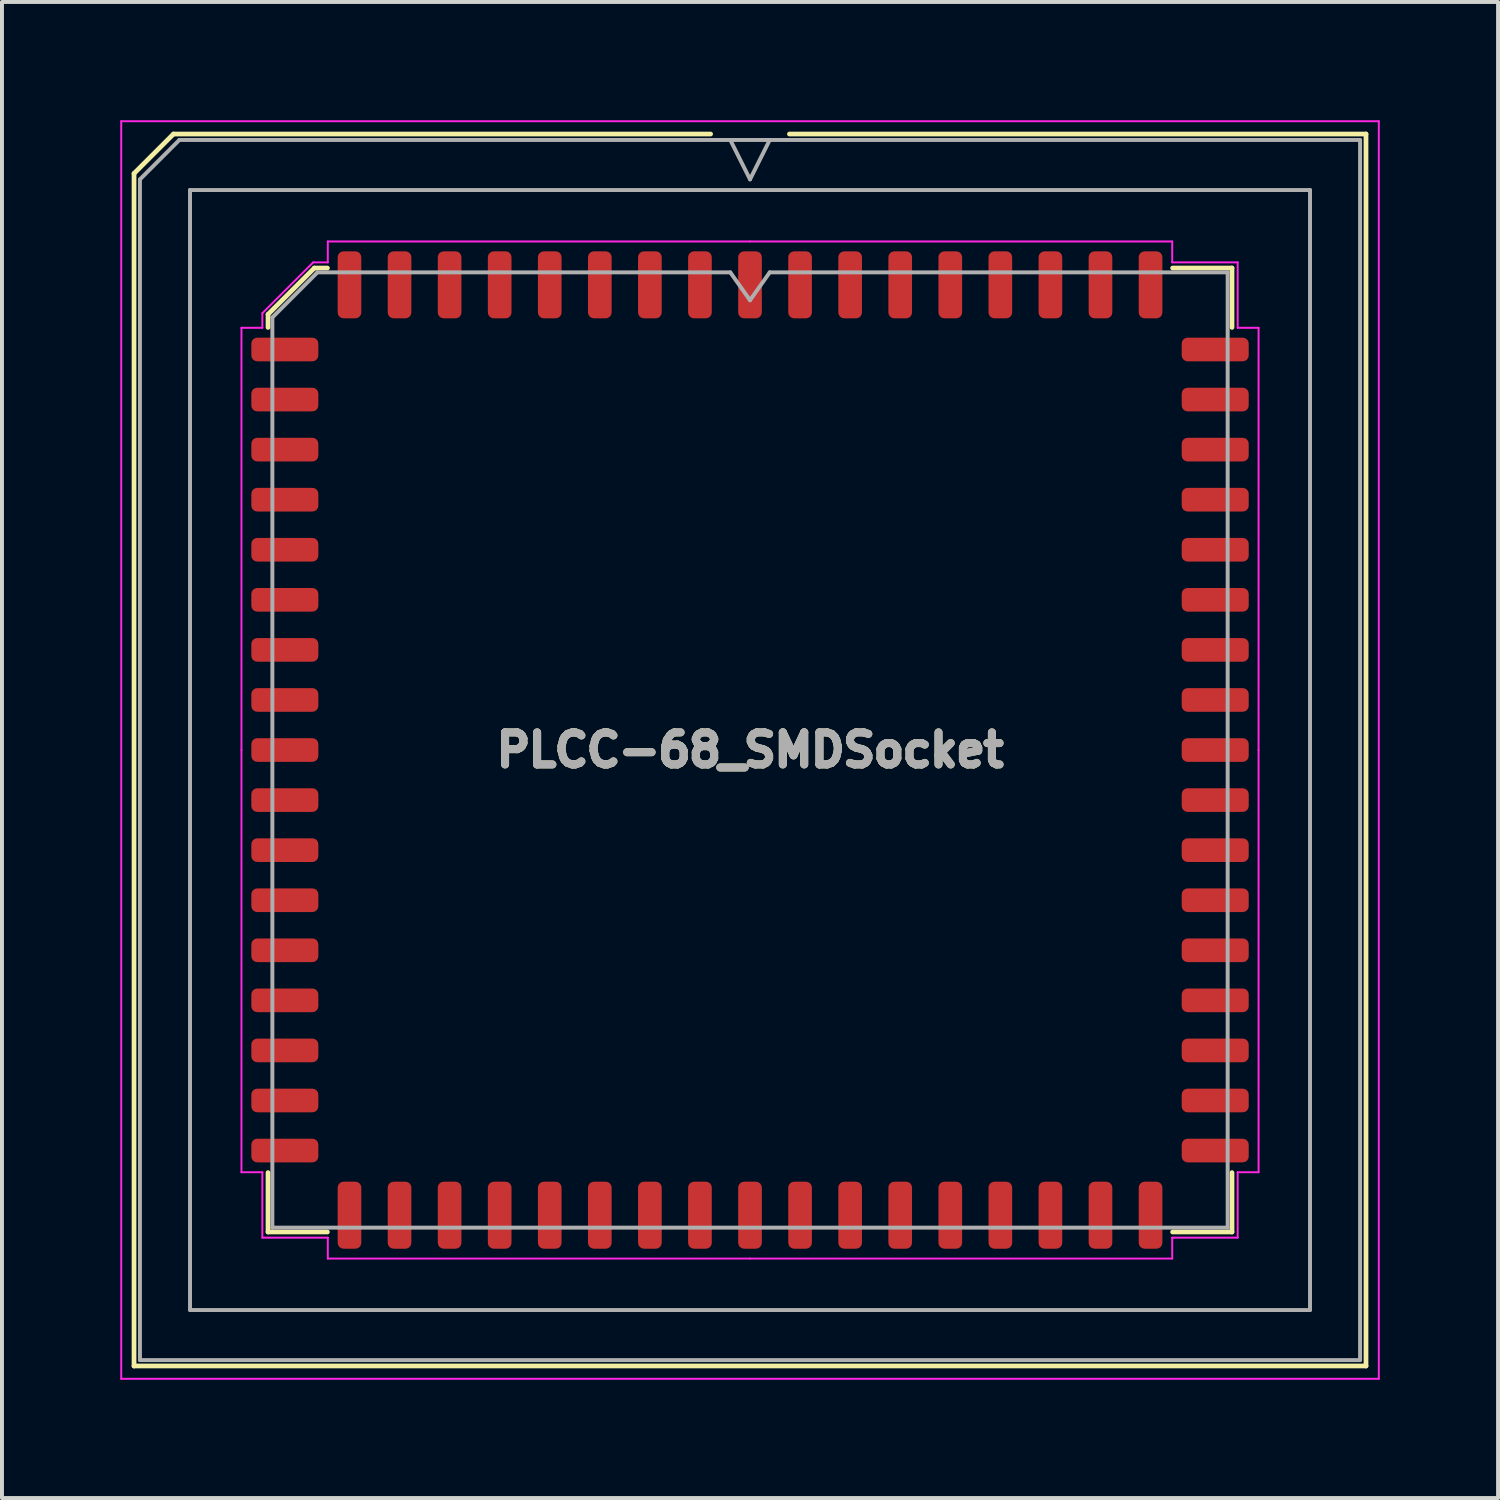
<source format=kicad_pcb>
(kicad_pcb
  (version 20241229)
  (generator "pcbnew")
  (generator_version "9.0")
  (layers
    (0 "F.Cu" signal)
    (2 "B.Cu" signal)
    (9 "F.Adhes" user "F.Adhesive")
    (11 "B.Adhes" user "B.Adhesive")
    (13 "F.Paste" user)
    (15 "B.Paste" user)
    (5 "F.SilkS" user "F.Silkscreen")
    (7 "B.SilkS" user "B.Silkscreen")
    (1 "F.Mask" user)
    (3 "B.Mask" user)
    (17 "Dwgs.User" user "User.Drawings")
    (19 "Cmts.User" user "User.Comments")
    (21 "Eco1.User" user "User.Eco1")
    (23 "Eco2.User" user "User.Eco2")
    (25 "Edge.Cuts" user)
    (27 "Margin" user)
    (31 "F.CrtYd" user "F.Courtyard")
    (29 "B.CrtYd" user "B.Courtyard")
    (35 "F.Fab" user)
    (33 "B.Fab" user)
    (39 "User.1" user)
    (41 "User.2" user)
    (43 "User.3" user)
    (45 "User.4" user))
  (footprint "PLCC-68_SMDSocket"
    (layer "F.Cu")
    (at 15.975 15.975)
    (property "Reference" "PLCC-68_SMDSocket" (at 0 0 0) (layer "F.SilkS") (effects (font (size 0.813 0.813) (thickness 0.203))))
    (attr smd)
    (fp_line (start -15.625 -14.625) (end -15.625 15.625) (stroke (width 0.12) (type solid)) (layer "F.SilkS"))
    (fp_line (start -15.625 15.625) (end 15.625 15.625) (stroke (width 0.12) (type solid)) (layer "F.SilkS"))
    (fp_line (start -14.625 -15.625) (end -15.625 -14.625) (stroke (width 0.12) (type solid)) (layer "F.SilkS"))
    (fp_line (start -12.226 -11.051) (end -12.226 -10.72) (stroke (width 0.12) (type solid)) (layer "F.SilkS"))
    (fp_line (start -12.226 12.226) (end -12.226 10.72) (stroke (width 0.12) (type solid)) (layer "F.SilkS"))
    (fp_line (start -11.051 -12.226) (end -12.226 -11.051) (stroke (width 0.12) (type solid)) (layer "F.SilkS"))
    (fp_line (start -10.72 -12.226) (end -11.051 -12.226) (stroke (width 0.12) (type solid)) (layer "F.SilkS"))
    (fp_line (start -10.72 12.226) (end -12.226 12.226) (stroke (width 0.12) (type solid)) (layer "F.SilkS"))
    (fp_line (start -1 -15.625) (end -14.625 -15.625) (stroke (width 0.12) (type solid)) (layer "F.SilkS"))
    (fp_line (start 10.72 -12.226) (end 12.226 -12.226) (stroke (width 0.12) (type solid)) (layer "F.SilkS"))
    (fp_line (start 10.72 12.226) (end 12.226 12.226) (stroke (width 0.12) (type solid)) (layer "F.SilkS"))
    (fp_line (start 12.226 -12.226) (end 12.226 -10.72) (stroke (width 0.12) (type solid)) (layer "F.SilkS"))
    (fp_line (start 12.226 12.226) (end 12.226 10.72) (stroke (width 0.12) (type solid)) (layer "F.SilkS"))
    (fp_line (start 15.625 -15.625) (end 1 -15.625) (stroke (width 0.12) (type solid)) (layer "F.SilkS"))
    (fp_line (start 15.625 15.625) (end 15.625 -15.625) (stroke (width 0.12) (type solid)) (layer "F.SilkS"))
    (fp_line (start -15.95 -15.95) (end -15.95 15.95) (stroke (width 0.05) (type solid)) (layer "F.CrtYd"))
    (fp_line (start -15.95 15.95) (end 15.95 15.95) (stroke (width 0.05) (type solid)) (layer "F.CrtYd"))
    (fp_line (start -12.9 -10.71) (end -12.9 0) (stroke (width 0.05) (type solid)) (layer "F.CrtYd"))
    (fp_line (start -12.9 10.71) (end -12.9 0) (stroke (width 0.05) (type solid)) (layer "F.CrtYd"))
    (fp_line (start -12.37 -11.08) (end -12.37 -10.71) (stroke (width 0.05) (type solid)) (layer "F.CrtYd"))
    (fp_line (start -12.37 -10.71) (end -12.9 -10.71) (stroke (width 0.05) (type solid)) (layer "F.CrtYd"))
    (fp_line (start -12.37 10.71) (end -12.9 10.71) (stroke (width 0.05) (type solid)) (layer "F.CrtYd"))
    (fp_line (start -12.37 12.37) (end -12.37 10.71) (stroke (width 0.05) (type solid)) (layer "F.CrtYd"))
    (fp_line (start -11.08 -12.37) (end -12.37 -11.08) (stroke (width 0.05) (type solid)) (layer "F.CrtYd"))
    (fp_line (start -10.71 -12.9) (end -10.71 -12.37) (stroke (width 0.05) (type solid)) (layer "F.CrtYd"))
    (fp_line (start -10.71 -12.37) (end -11.08 -12.37) (stroke (width 0.05) (type solid)) (layer "F.CrtYd"))
    (fp_line (start -10.71 12.37) (end -12.37 12.37) (stroke (width 0.05) (type solid)) (layer "F.CrtYd"))
    (fp_line (start -10.71 12.9) (end -10.71 12.37) (stroke (width 0.05) (type solid)) (layer "F.CrtYd"))
    (fp_line (start 0 -12.9) (end -10.71 -12.9) (stroke (width 0.05) (type solid)) (layer "F.CrtYd"))
    (fp_line (start 0 -12.9) (end 10.71 -12.9) (stroke (width 0.05) (type solid)) (layer "F.CrtYd"))
    (fp_line (start 0 12.9) (end -10.71 12.9) (stroke (width 0.05) (type solid)) (layer "F.CrtYd"))
    (fp_line (start 0 12.9) (end 10.71 12.9) (stroke (width 0.05) (type solid)) (layer "F.CrtYd"))
    (fp_line (start 10.71 -12.9) (end 10.71 -12.37) (stroke (width 0.05) (type solid)) (layer "F.CrtYd"))
    (fp_line (start 10.71 -12.37) (end 12.37 -12.37) (stroke (width 0.05) (type solid)) (layer "F.CrtYd"))
    (fp_line (start 10.71 12.37) (end 12.37 12.37) (stroke (width 0.05) (type solid)) (layer "F.CrtYd"))
    (fp_line (start 10.71 12.9) (end 10.71 12.37) (stroke (width 0.05) (type solid)) (layer "F.CrtYd"))
    (fp_line (start 12.37 -12.37) (end 12.37 -10.71) (stroke (width 0.05) (type solid)) (layer "F.CrtYd"))
    (fp_line (start 12.37 -10.71) (end 12.9 -10.71) (stroke (width 0.05) (type solid)) (layer "F.CrtYd"))
    (fp_line (start 12.37 10.71) (end 12.9 10.71) (stroke (width 0.05) (type solid)) (layer "F.CrtYd"))
    (fp_line (start 12.37 12.37) (end 12.37 10.71) (stroke (width 0.05) (type solid)) (layer "F.CrtYd"))
    (fp_line (start 12.9 -10.71) (end 12.9 0) (stroke (width 0.05) (type solid)) (layer "F.CrtYd"))
    (fp_line (start 12.9 10.71) (end 12.9 0) (stroke (width 0.05) (type solid)) (layer "F.CrtYd"))
    (fp_line (start 15.95 -15.95) (end -15.95 -15.95) (stroke (width 0.05) (type solid)) (layer "F.CrtYd"))
    (fp_line (start 15.95 15.95) (end 15.95 -15.95) (stroke (width 0.05) (type solid)) (layer "F.CrtYd"))
    (fp_line (start -15.475 -14.475) (end -15.475 15.475) (stroke (width 0.1) (type solid)) (layer "F.Fab"))
    (fp_line (start -15.475 15.475) (end 15.475 15.475) (stroke (width 0.1) (type solid)) (layer "F.Fab"))
    (fp_line (start -14.475 -15.475) (end -15.475 -14.475) (stroke (width 0.1) (type solid)) (layer "F.Fab"))
    (fp_line (start -14.205 -14.205) (end -14.205 14.205) (stroke (width 0.1) (type solid)) (layer "F.Fab"))
    (fp_line (start -14.205 14.205) (end 14.205 14.205) (stroke (width 0.1) (type solid)) (layer "F.Fab"))
    (fp_line (start -12.116 -10.973) (end -10.973 -12.116) (stroke (width 0.1) (type solid)) (layer "F.Fab"))
    (fp_line (start -12.116 12.116) (end -12.116 -10.973) (stroke (width 0.1) (type solid)) (layer "F.Fab"))
    (fp_line (start -10.973 -12.116) (end -0.5 -12.116) (stroke (width 0.1) (type solid)) (layer "F.Fab"))
    (fp_line (start -0.5 -15.475) (end 0 -14.475) (stroke (width 0.1) (type solid)) (layer "F.Fab"))
    (fp_line (start -0.5 -12.116) (end 0 -11.409) (stroke (width 0.1) (type solid)) (layer "F.Fab"))
    (fp_line (start 0 -14.475) (end 0.5 -15.475) (stroke (width 0.1) (type solid)) (layer "F.Fab"))
    (fp_line (start 0 -11.409) (end 0.5 -12.116) (stroke (width 0.1) (type solid)) (layer "F.Fab"))
    (fp_line (start 0.5 -12.116) (end 12.116 -12.116) (stroke (width 0.1) (type solid)) (layer "F.Fab"))
    (fp_line (start 12.116 -12.116) (end 12.116 12.116) (stroke (width 0.1) (type solid)) (layer "F.Fab"))
    (fp_line (start 12.116 12.116) (end -12.116 12.116) (stroke (width 0.1) (type solid)) (layer "F.Fab"))
    (fp_line (start 14.205 -14.205) (end -14.205 -14.205) (stroke (width 0.1) (type solid)) (layer "F.Fab"))
    (fp_line (start 14.205 14.205) (end 14.205 -14.205) (stroke (width 0.1) (type solid)) (layer "F.Fab"))
    (fp_line (start 15.475 -15.475) (end -14.475 -15.475) (stroke (width 0.1) (type solid)) (layer "F.Fab"))
    (fp_line (start 15.475 15.475) (end 15.475 -15.475) (stroke (width 0.1) (type solid)) (layer "F.Fab"))
    (fp_text user "${REFERENCE}" (at 0 0 0) (layer "F.Fab") (effects (font (size 0.813 0.813) (thickness 0.203))))
    (pad "1" smd roundrect (at 0 -11.8) (size 0.6 1.7) (layers "F.Cu" "F.Mask" "F.Paste") (roundrect_rratio 0.25))
    (pad "2" smd roundrect (at -1.27 -11.8) (size 0.6 1.7) (layers "F.Cu" "F.Mask" "F.Paste") (roundrect_rratio 0.25))
    (pad "3" smd roundrect (at -2.54 -11.8) (size 0.6 1.7) (layers "F.Cu" "F.Mask" "F.Paste") (roundrect_rratio 0.25))
    (pad "4" smd roundrect (at -3.81 -11.8) (size 0.6 1.7) (layers "F.Cu" "F.Mask" "F.Paste") (roundrect_rratio 0.25))
    (pad "5" smd roundrect (at -5.08 -11.8) (size 0.6 1.7) (layers "F.Cu" "F.Mask" "F.Paste") (roundrect_rratio 0.25))
    (pad "6" smd roundrect (at -6.35 -11.8) (size 0.6 1.7) (layers "F.Cu" "F.Mask" "F.Paste") (roundrect_rratio 0.25))
    (pad "7" smd roundrect (at -7.62 -11.8) (size 0.6 1.7) (layers "F.Cu" "F.Mask" "F.Paste") (roundrect_rratio 0.25))
    (pad "8" smd roundrect (at -8.89 -11.8) (size 0.6 1.7) (layers "F.Cu" "F.Mask" "F.Paste") (roundrect_rratio 0.25))
    (pad "9" smd roundrect (at -10.16 -11.8) (size 0.6 1.7) (layers "F.Cu" "F.Mask" "F.Paste") (roundrect_rratio 0.25))
    (pad "10" smd roundrect (at -11.8 -10.16) (size 1.7 0.6) (layers "F.Cu" "F.Mask" "F.Paste") (roundrect_rratio 0.25))
    (pad "11" smd roundrect (at -11.8 -8.89) (size 1.7 0.6) (layers "F.Cu" "F.Mask" "F.Paste") (roundrect_rratio 0.25))
    (pad "12" smd roundrect (at -11.8 -7.62) (size 1.7 0.6) (layers "F.Cu" "F.Mask" "F.Paste") (roundrect_rratio 0.25))
    (pad "13" smd roundrect (at -11.8 -6.35) (size 1.7 0.6) (layers "F.Cu" "F.Mask" "F.Paste") (roundrect_rratio 0.25))
    (pad "14" smd roundrect (at -11.8 -5.08) (size 1.7 0.6) (layers "F.Cu" "F.Mask" "F.Paste") (roundrect_rratio 0.25))
    (pad "15" smd roundrect (at -11.8 -3.81) (size 1.7 0.6) (layers "F.Cu" "F.Mask" "F.Paste") (roundrect_rratio 0.25))
    (pad "16" smd roundrect (at -11.8 -2.54) (size 1.7 0.6) (layers "F.Cu" "F.Mask" "F.Paste") (roundrect_rratio 0.25))
    (pad "17" smd roundrect (at -11.8 -1.27) (size 1.7 0.6) (layers "F.Cu" "F.Mask" "F.Paste") (roundrect_rratio 0.25))
    (pad "18" smd roundrect (at -11.8 0) (size 1.7 0.6) (layers "F.Cu" "F.Mask" "F.Paste") (roundrect_rratio 0.25))
    (pad "19" smd roundrect (at -11.8 1.27) (size 1.7 0.6) (layers "F.Cu" "F.Mask" "F.Paste") (roundrect_rratio 0.25))
    (pad "20" smd roundrect (at -11.8 2.54) (size 1.7 0.6) (layers "F.Cu" "F.Mask" "F.Paste") (roundrect_rratio 0.25))
    (pad "21" smd roundrect (at -11.8 3.81) (size 1.7 0.6) (layers "F.Cu" "F.Mask" "F.Paste") (roundrect_rratio 0.25))
    (pad "22" smd roundrect (at -11.8 5.08) (size 1.7 0.6) (layers "F.Cu" "F.Mask" "F.Paste") (roundrect_rratio 0.25))
    (pad "23" smd roundrect (at -11.8 6.35) (size 1.7 0.6) (layers "F.Cu" "F.Mask" "F.Paste") (roundrect_rratio 0.25))
    (pad "24" smd roundrect (at -11.8 7.62) (size 1.7 0.6) (layers "F.Cu" "F.Mask" "F.Paste") (roundrect_rratio 0.25))
    (pad "25" smd roundrect (at -11.8 8.89) (size 1.7 0.6) (layers "F.Cu" "F.Mask" "F.Paste") (roundrect_rratio 0.25))
    (pad "26" smd roundrect (at -11.8 10.16) (size 1.7 0.6) (layers "F.Cu" "F.Mask" "F.Paste") (roundrect_rratio 0.25))
    (pad "27" smd roundrect (at -10.16 11.8) (size 0.6 1.7) (layers "F.Cu" "F.Mask" "F.Paste") (roundrect_rratio 0.25))
    (pad "28" smd roundrect (at -8.89 11.8) (size 0.6 1.7) (layers "F.Cu" "F.Mask" "F.Paste") (roundrect_rratio 0.25))
    (pad "29" smd roundrect (at -7.62 11.8) (size 0.6 1.7) (layers "F.Cu" "F.Mask" "F.Paste") (roundrect_rratio 0.25))
    (pad "30" smd roundrect (at -6.35 11.8) (size 0.6 1.7) (layers "F.Cu" "F.Mask" "F.Paste") (roundrect_rratio 0.25))
    (pad "31" smd roundrect (at -5.08 11.8) (size 0.6 1.7) (layers "F.Cu" "F.Mask" "F.Paste") (roundrect_rratio 0.25))
    (pad "32" smd roundrect (at -3.81 11.8) (size 0.6 1.7) (layers "F.Cu" "F.Mask" "F.Paste") (roundrect_rratio 0.25))
    (pad "33" smd roundrect (at -2.54 11.8) (size 0.6 1.7) (layers "F.Cu" "F.Mask" "F.Paste") (roundrect_rratio 0.25))
    (pad "34" smd roundrect (at -1.27 11.8) (size 0.6 1.7) (layers "F.Cu" "F.Mask" "F.Paste") (roundrect_rratio 0.25))
    (pad "35" smd roundrect (at 0 11.8) (size 0.6 1.7) (layers "F.Cu" "F.Mask" "F.Paste") (roundrect_rratio 0.25))
    (pad "36" smd roundrect (at 1.27 11.8) (size 0.6 1.7) (layers "F.Cu" "F.Mask" "F.Paste") (roundrect_rratio 0.25))
    (pad "37" smd roundrect (at 2.54 11.8) (size 0.6 1.7) (layers "F.Cu" "F.Mask" "F.Paste") (roundrect_rratio 0.25))
    (pad "38" smd roundrect (at 3.81 11.8) (size 0.6 1.7) (layers "F.Cu" "F.Mask" "F.Paste") (roundrect_rratio 0.25))
    (pad "39" smd roundrect (at 5.08 11.8) (size 0.6 1.7) (layers "F.Cu" "F.Mask" "F.Paste") (roundrect_rratio 0.25))
    (pad "40" smd roundrect (at 6.35 11.8) (size 0.6 1.7) (layers "F.Cu" "F.Mask" "F.Paste") (roundrect_rratio 0.25))
    (pad "41" smd roundrect (at 7.62 11.8) (size 0.6 1.7) (layers "F.Cu" "F.Mask" "F.Paste") (roundrect_rratio 0.25))
    (pad "42" smd roundrect (at 8.89 11.8) (size 0.6 1.7) (layers "F.Cu" "F.Mask" "F.Paste") (roundrect_rratio 0.25))
    (pad "43" smd roundrect (at 10.16 11.8) (size 0.6 1.7) (layers "F.Cu" "F.Mask" "F.Paste") (roundrect_rratio 0.25))
    (pad "44" smd roundrect (at 11.8 10.16) (size 1.7 0.6) (layers "F.Cu" "F.Mask" "F.Paste") (roundrect_rratio 0.25))
    (pad "45" smd roundrect (at 11.8 8.89) (size 1.7 0.6) (layers "F.Cu" "F.Mask" "F.Paste") (roundrect_rratio 0.25))
    (pad "46" smd roundrect (at 11.8 7.62) (size 1.7 0.6) (layers "F.Cu" "F.Mask" "F.Paste") (roundrect_rratio 0.25))
    (pad "47" smd roundrect (at 11.8 6.35) (size 1.7 0.6) (layers "F.Cu" "F.Mask" "F.Paste") (roundrect_rratio 0.25))
    (pad "48" smd roundrect (at 11.8 5.08) (size 1.7 0.6) (layers "F.Cu" "F.Mask" "F.Paste") (roundrect_rratio 0.25))
    (pad "49" smd roundrect (at 11.8 3.81) (size 1.7 0.6) (layers "F.Cu" "F.Mask" "F.Paste") (roundrect_rratio 0.25))
    (pad "50" smd roundrect (at 11.8 2.54) (size 1.7 0.6) (layers "F.Cu" "F.Mask" "F.Paste") (roundrect_rratio 0.25))
    (pad "51" smd roundrect (at 11.8 1.27) (size 1.7 0.6) (layers "F.Cu" "F.Mask" "F.Paste") (roundrect_rratio 0.25))
    (pad "52" smd roundrect (at 11.8 0) (size 1.7 0.6) (layers "F.Cu" "F.Mask" "F.Paste") (roundrect_rratio 0.25))
    (pad "53" smd roundrect (at 11.8 -1.27) (size 1.7 0.6) (layers "F.Cu" "F.Mask" "F.Paste") (roundrect_rratio 0.25))
    (pad "54" smd roundrect (at 11.8 -2.54) (size 1.7 0.6) (layers "F.Cu" "F.Mask" "F.Paste") (roundrect_rratio 0.25))
    (pad "55" smd roundrect (at 11.8 -3.81) (size 1.7 0.6) (layers "F.Cu" "F.Mask" "F.Paste") (roundrect_rratio 0.25))
    (pad "56" smd roundrect (at 11.8 -5.08) (size 1.7 0.6) (layers "F.Cu" "F.Mask" "F.Paste") (roundrect_rratio 0.25))
    (pad "57" smd roundrect (at 11.8 -6.35) (size 1.7 0.6) (layers "F.Cu" "F.Mask" "F.Paste") (roundrect_rratio 0.25))
    (pad "58" smd roundrect (at 11.8 -7.62) (size 1.7 0.6) (layers "F.Cu" "F.Mask" "F.Paste") (roundrect_rratio 0.25))
    (pad "59" smd roundrect (at 11.8 -8.89) (size 1.7 0.6) (layers "F.Cu" "F.Mask" "F.Paste") (roundrect_rratio 0.25))
    (pad "60" smd roundrect (at 11.8 -10.16) (size 1.7 0.6) (layers "F.Cu" "F.Mask" "F.Paste") (roundrect_rratio 0.25))
    (pad "61" smd roundrect (at 10.16 -11.8) (size 0.6 1.7) (layers "F.Cu" "F.Mask" "F.Paste") (roundrect_rratio 0.25))
    (pad "62" smd roundrect (at 8.89 -11.8) (size 0.6 1.7) (layers "F.Cu" "F.Mask" "F.Paste") (roundrect_rratio 0.25))
    (pad "63" smd roundrect (at 7.62 -11.8) (size 0.6 1.7) (layers "F.Cu" "F.Mask" "F.Paste") (roundrect_rratio 0.25))
    (pad "64" smd roundrect (at 6.35 -11.8) (size 0.6 1.7) (layers "F.Cu" "F.Mask" "F.Paste") (roundrect_rratio 0.25))
    (pad "65" smd roundrect (at 5.08 -11.8) (size 0.6 1.7) (layers "F.Cu" "F.Mask" "F.Paste") (roundrect_rratio 0.25))
    (pad "66" smd roundrect (at 3.81 -11.8) (size 0.6 1.7) (layers "F.Cu" "F.Mask" "F.Paste") (roundrect_rratio 0.25))
    (pad "67" smd roundrect (at 2.54 -11.8) (size 0.6 1.7) (layers "F.Cu" "F.Mask" "F.Paste") (roundrect_rratio 0.25))
    (pad "68" smd roundrect (at 1.27 -11.8) (size 0.6 1.7) (layers "F.Cu" "F.Mask" "F.Paste") (roundrect_rratio 0.25)))
  (gr_rect
    (start -3 -3)
    (end 34.95 34.95)
    (stroke (width 0.1) (type default))
    (fill no)
    (layer "Edge.Cuts")))
</source>
